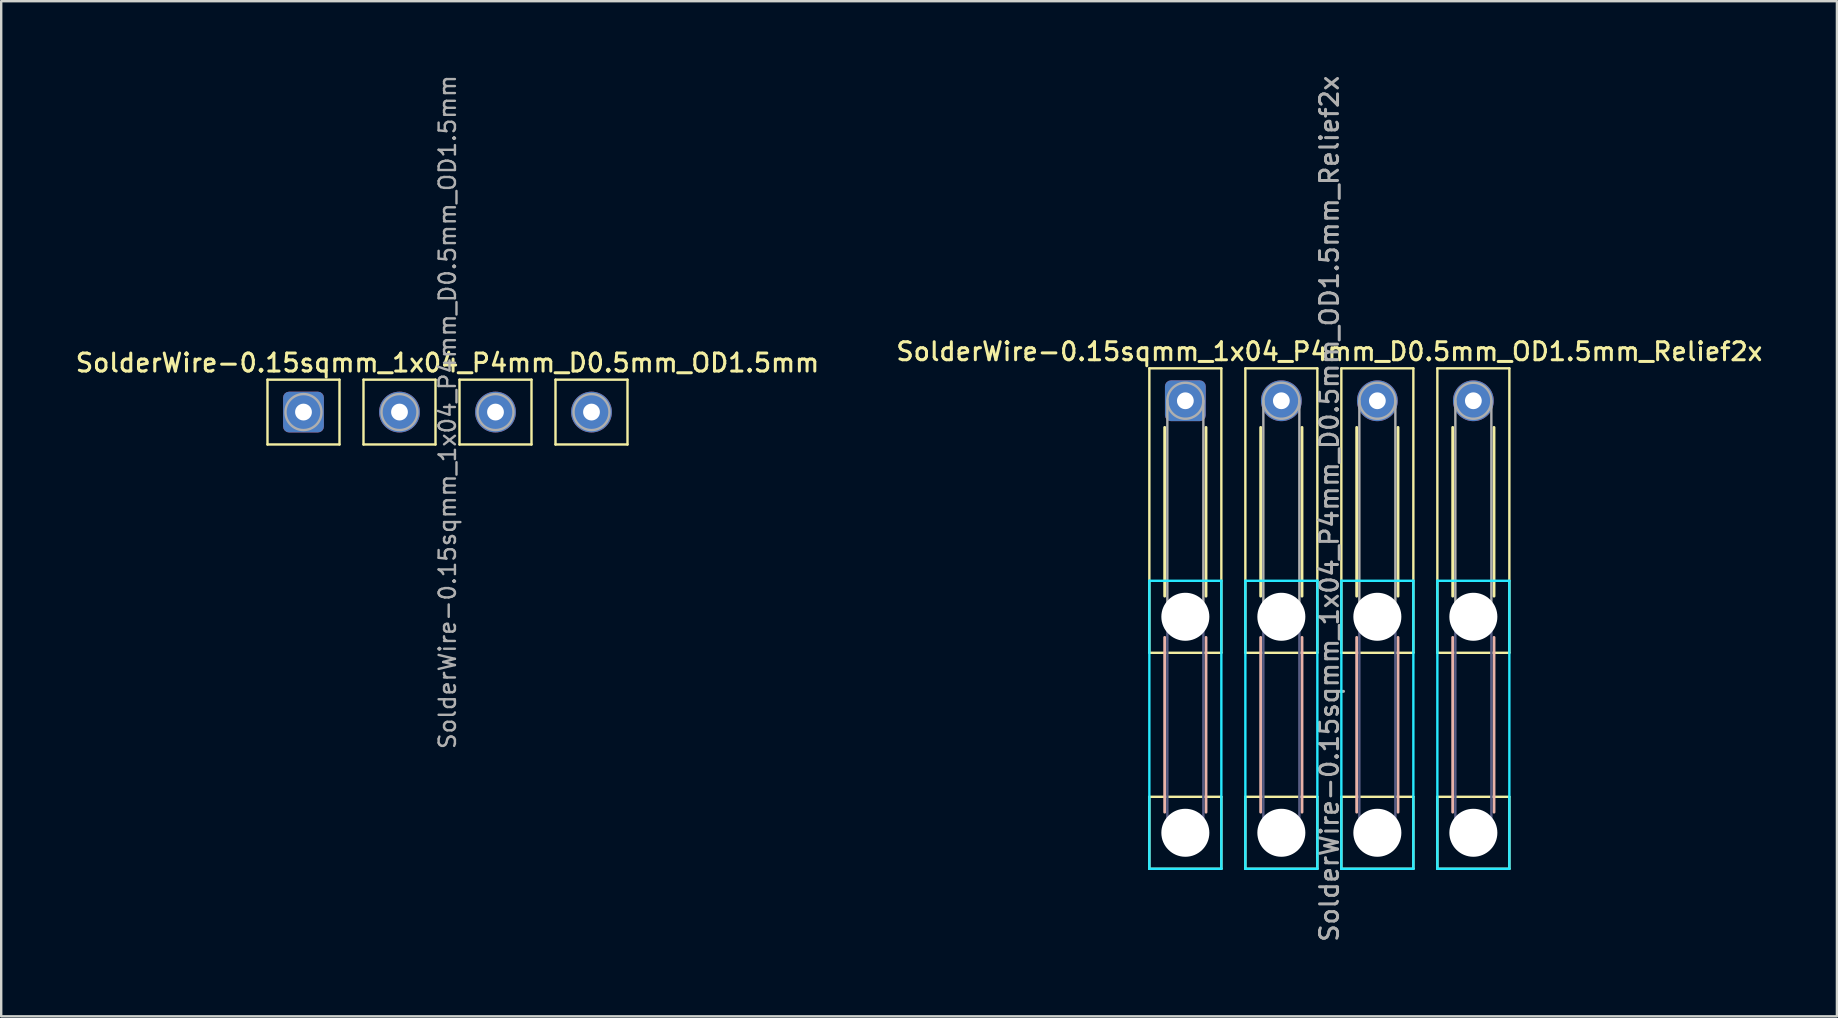
<source format=kicad_pcb>
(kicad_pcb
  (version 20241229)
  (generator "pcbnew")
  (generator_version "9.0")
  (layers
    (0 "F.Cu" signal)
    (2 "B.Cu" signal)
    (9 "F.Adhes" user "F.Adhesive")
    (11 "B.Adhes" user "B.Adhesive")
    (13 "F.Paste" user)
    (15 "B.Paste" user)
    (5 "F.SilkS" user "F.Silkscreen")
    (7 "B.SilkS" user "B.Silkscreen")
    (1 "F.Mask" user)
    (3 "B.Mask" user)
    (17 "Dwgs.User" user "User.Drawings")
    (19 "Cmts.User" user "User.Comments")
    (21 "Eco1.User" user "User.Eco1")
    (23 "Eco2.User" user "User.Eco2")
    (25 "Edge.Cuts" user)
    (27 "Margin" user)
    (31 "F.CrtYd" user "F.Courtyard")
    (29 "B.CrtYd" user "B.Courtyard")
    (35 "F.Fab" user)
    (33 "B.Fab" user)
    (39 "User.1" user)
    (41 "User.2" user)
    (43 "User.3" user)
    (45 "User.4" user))
  (footprint "SolderWire-0.15sqmm_1x04_P4mm_D0.5mm_OD1.5mm_Relief2x"
    (layer "F.Cu")
    (at 46.338 13.648)
    (property "Reference" "SolderWire-0.15sqmm_1x04_P4mm_D0.5mm_OD1.5mm_Relief2x" (at 6 -2.05 0) (layer "F.SilkS") (effects (font (size 0.75 0.75) (thickness 0.125))))
    (attr exclude_from_pos_files exclude_from_bom)
    (fp_line (start -1.5 -1.35) (end -1.5 10.5) (stroke (width 0.1) (type solid)) (layer "F.SilkS"))
    (fp_line (start -1.5 10.5) (end 1.5 10.5) (stroke (width 0.1) (type solid)) (layer "F.SilkS"))
    (fp_line (start -1.5 16.5) (end -1.5 19.5) (stroke (width 0.1) (type solid)) (layer "F.SilkS"))
    (fp_line (start -1.5 19.5) (end 1.5 19.5) (stroke (width 0.1) (type solid)) (layer "F.SilkS"))
    (fp_line (start -0.86 1.11) (end -0.86 8.14) (stroke (width 0.12) (type solid)) (layer "F.SilkS"))
    (fp_line (start 0.86 1.11) (end 0.86 8.14) (stroke (width 0.12) (type solid)) (layer "F.SilkS"))
    (fp_line (start 1.5 -1.35) (end -1.5 -1.35) (stroke (width 0.1) (type solid)) (layer "F.SilkS"))
    (fp_line (start 1.5 10.5) (end 1.5 -1.35) (stroke (width 0.1) (type solid)) (layer "F.SilkS"))
    (fp_line (start 1.5 16.5) (end -1.5 16.5) (stroke (width 0.1) (type solid)) (layer "F.SilkS"))
    (fp_line (start 1.5 19.5) (end 1.5 16.5) (stroke (width 0.1) (type solid)) (layer "F.SilkS"))
    (fp_line (start 2.5 -1.35) (end 2.5 10.5) (stroke (width 0.1) (type solid)) (layer "F.SilkS"))
    (fp_line (start 2.5 10.5) (end 5.5 10.5) (stroke (width 0.1) (type solid)) (layer "F.SilkS"))
    (fp_line (start 2.5 16.5) (end 2.5 19.5) (stroke (width 0.1) (type solid)) (layer "F.SilkS"))
    (fp_line (start 2.5 19.5) (end 5.5 19.5) (stroke (width 0.1) (type solid)) (layer "F.SilkS"))
    (fp_line (start 3.14 1.11) (end 3.14 8.14) (stroke (width 0.12) (type solid)) (layer "F.SilkS"))
    (fp_line (start 4.86 1.11) (end 4.86 8.14) (stroke (width 0.12) (type solid)) (layer "F.SilkS"))
    (fp_line (start 5.5 -1.35) (end 2.5 -1.35) (stroke (width 0.1) (type solid)) (layer "F.SilkS"))
    (fp_line (start 5.5 10.5) (end 5.5 -1.35) (stroke (width 0.1) (type solid)) (layer "F.SilkS"))
    (fp_line (start 5.5 16.5) (end 2.5 16.5) (stroke (width 0.1) (type solid)) (layer "F.SilkS"))
    (fp_line (start 5.5 19.5) (end 5.5 16.5) (stroke (width 0.1) (type solid)) (layer "F.SilkS"))
    (fp_line (start 6.5 -1.35) (end 6.5 10.5) (stroke (width 0.1) (type solid)) (layer "F.SilkS"))
    (fp_line (start 6.5 10.5) (end 9.5 10.5) (stroke (width 0.1) (type solid)) (layer "F.SilkS"))
    (fp_line (start 6.5 16.5) (end 6.5 19.5) (stroke (width 0.1) (type solid)) (layer "F.SilkS"))
    (fp_line (start 6.5 19.5) (end 9.5 19.5) (stroke (width 0.1) (type solid)) (layer "F.SilkS"))
    (fp_line (start 7.14 1.11) (end 7.14 8.14) (stroke (width 0.12) (type solid)) (layer "F.SilkS"))
    (fp_line (start 8.86 1.11) (end 8.86 8.14) (stroke (width 0.12) (type solid)) (layer "F.SilkS"))
    (fp_line (start 9.5 -1.35) (end 6.5 -1.35) (stroke (width 0.1) (type solid)) (layer "F.SilkS"))
    (fp_line (start 9.5 10.5) (end 9.5 -1.35) (stroke (width 0.1) (type solid)) (layer "F.SilkS"))
    (fp_line (start 9.5 16.5) (end 6.5 16.5) (stroke (width 0.1) (type solid)) (layer "F.SilkS"))
    (fp_line (start 9.5 19.5) (end 9.5 16.5) (stroke (width 0.1) (type solid)) (layer "F.SilkS"))
    (fp_line (start 10.5 -1.35) (end 10.5 10.5) (stroke (width 0.1) (type solid)) (layer "F.SilkS"))
    (fp_line (start 10.5 10.5) (end 13.5 10.5) (stroke (width 0.1) (type solid)) (layer "F.SilkS"))
    (fp_line (start 10.5 16.5) (end 10.5 19.5) (stroke (width 0.1) (type solid)) (layer "F.SilkS"))
    (fp_line (start 10.5 19.5) (end 13.5 19.5) (stroke (width 0.1) (type solid)) (layer "F.SilkS"))
    (fp_line (start 11.14 1.11) (end 11.14 8.14) (stroke (width 0.12) (type solid)) (layer "F.SilkS"))
    (fp_line (start 12.86 1.11) (end 12.86 8.14) (stroke (width 0.12) (type solid)) (layer "F.SilkS"))
    (fp_line (start 13.5 -1.35) (end 10.5 -1.35) (stroke (width 0.1) (type solid)) (layer "F.SilkS"))
    (fp_line (start 13.5 10.5) (end 13.5 -1.35) (stroke (width 0.1) (type solid)) (layer "F.SilkS"))
    (fp_line (start 13.5 16.5) (end 10.5 16.5) (stroke (width 0.1) (type solid)) (layer "F.SilkS"))
    (fp_line (start 13.5 19.5) (end 13.5 16.5) (stroke (width 0.1) (type solid)) (layer "F.SilkS"))
    (fp_line (start -0.86 9.86) (end -0.86 17.14) (stroke (width 0.12) (type solid)) (layer "B.SilkS"))
    (fp_line (start 0.86 9.86) (end 0.86 17.14) (stroke (width 0.12) (type solid)) (layer "B.SilkS"))
    (fp_line (start 3.14 9.86) (end 3.14 17.14) (stroke (width 0.12) (type solid)) (layer "B.SilkS"))
    (fp_line (start 4.86 9.86) (end 4.86 17.14) (stroke (width 0.12) (type solid)) (layer "B.SilkS"))
    (fp_line (start 7.14 9.86) (end 7.14 17.14) (stroke (width 0.12) (type solid)) (layer "B.SilkS"))
    (fp_line (start 8.86 9.86) (end 8.86 17.14) (stroke (width 0.12) (type solid)) (layer "B.SilkS"))
    (fp_line (start 11.14 9.86) (end 11.14 17.14) (stroke (width 0.12) (type solid)) (layer "B.SilkS"))
    (fp_line (start 12.86 9.86) (end 12.86 17.14) (stroke (width 0.12) (type solid)) (layer "B.SilkS"))
    (fp_line (start -1.5 7.5) (end -1.5 19.5) (stroke (width 0.1) (type solid)) (layer "B.CrtYd"))
    (fp_line (start -1.5 19.5) (end 1.5 19.5) (stroke (width 0.1) (type solid)) (layer "B.CrtYd"))
    (fp_line (start 1.5 7.5) (end -1.5 7.5) (stroke (width 0.1) (type solid)) (layer "B.CrtYd"))
    (fp_line (start 1.5 19.5) (end 1.5 7.5) (stroke (width 0.1) (type solid)) (layer "B.CrtYd"))
    (fp_line (start 2.5 7.5) (end 2.5 19.5) (stroke (width 0.1) (type solid)) (layer "B.CrtYd"))
    (fp_line (start 2.5 19.5) (end 5.5 19.5) (stroke (width 0.1) (type solid)) (layer "B.CrtYd"))
    (fp_line (start 5.5 7.5) (end 2.5 7.5) (stroke (width 0.1) (type solid)) (layer "B.CrtYd"))
    (fp_line (start 5.5 19.5) (end 5.5 7.5) (stroke (width 0.1) (type solid)) (layer "B.CrtYd"))
    (fp_line (start 6.5 7.5) (end 6.5 19.5) (stroke (width 0.1) (type solid)) (layer "B.CrtYd"))
    (fp_line (start 6.5 19.5) (end 9.5 19.5) (stroke (width 0.1) (type solid)) (layer "B.CrtYd"))
    (fp_line (start 9.5 7.5) (end 6.5 7.5) (stroke (width 0.1) (type solid)) (layer "B.CrtYd"))
    (fp_line (start 9.5 19.5) (end 9.5 7.5) (stroke (width 0.1) (type solid)) (layer "B.CrtYd"))
    (fp_line (start 10.5 7.5) (end 10.5 19.5) (stroke (width 0.1) (type solid)) (layer "B.CrtYd"))
    (fp_line (start 10.5 19.5) (end 13.5 19.5) (stroke (width 0.1) (type solid)) (layer "B.CrtYd"))
    (fp_line (start 13.5 7.5) (end 10.5 7.5) (stroke (width 0.1) (type solid)) (layer "B.CrtYd"))
    (fp_line (start 13.5 19.5) (end 13.5 7.5) (stroke (width 0.1) (type solid)) (layer "B.CrtYd"))
    (fp_line (start -0.75 9) (end -0.75 18) (stroke (width 0.1) (type solid)) (layer "B.Fab"))
    (fp_line (start 0.75 9) (end 0.75 18) (stroke (width 0.1) (type solid)) (layer "B.Fab"))
    (fp_line (start 3.25 9) (end 3.25 18) (stroke (width 0.1) (type solid)) (layer "B.Fab"))
    (fp_line (start 4.75 9) (end 4.75 18) (stroke (width 0.1) (type solid)) (layer "B.Fab"))
    (fp_line (start 7.25 9) (end 7.25 18) (stroke (width 0.1) (type solid)) (layer "B.Fab"))
    (fp_line (start 8.75 9) (end 8.75 18) (stroke (width 0.1) (type solid)) (layer "B.Fab"))
    (fp_line (start 11.25 9) (end 11.25 18) (stroke (width 0.1) (type solid)) (layer "B.Fab"))
    (fp_line (start 12.75 9) (end 12.75 18) (stroke (width 0.1) (type solid)) (layer "B.Fab"))
    (fp_circle (center 0 9) (end 0.75 9) (stroke (width 0.1) (type solid)) (fill no) (layer "B.Fab"))
    (fp_circle (center 0 18) (end 0.75 18) (stroke (width 0.1) (type solid)) (fill no) (layer "B.Fab"))
    (fp_circle (center 4 9) (end 4.75 9) (stroke (width 0.1) (type solid)) (fill no) (layer "B.Fab"))
    (fp_circle (center 4 18) (end 4.75 18) (stroke (width 0.1) (type solid)) (fill no) (layer "B.Fab"))
    (fp_circle (center 8 9) (end 8.75 9) (stroke (width 0.1) (type solid)) (fill no) (layer "B.Fab"))
    (fp_circle (center 8 18) (end 8.75 18) (stroke (width 0.1) (type solid)) (fill no) (layer "B.Fab"))
    (fp_circle (center 12 9) (end 12.75 9) (stroke (width 0.1) (type solid)) (fill no) (layer "B.Fab"))
    (fp_circle (center 12 18) (end 12.75 18) (stroke (width 0.1) (type solid)) (fill no) (layer "B.Fab"))
    (fp_line (start -0.75 0) (end -0.75 9) (stroke (width 0.1) (type solid)) (layer "F.Fab"))
    (fp_line (start 0.75 0) (end 0.75 9) (stroke (width 0.1) (type solid)) (layer "F.Fab"))
    (fp_line (start 3.25 0) (end 3.25 9) (stroke (width 0.1) (type solid)) (layer "F.Fab"))
    (fp_line (start 4.75 0) (end 4.75 9) (stroke (width 0.1) (type solid)) (layer "F.Fab"))
    (fp_line (start 7.25 0) (end 7.25 9) (stroke (width 0.1) (type solid)) (layer "F.Fab"))
    (fp_line (start 8.75 0) (end 8.75 9) (stroke (width 0.1) (type solid)) (layer "F.Fab"))
    (fp_line (start 11.25 0) (end 11.25 9) (stroke (width 0.1) (type solid)) (layer "F.Fab"))
    (fp_line (start 12.75 0) (end 12.75 9) (stroke (width 0.1) (type solid)) (layer "F.Fab"))
    (fp_circle (center 0 0) (end 0.75 0) (stroke (width 0.1) (type solid)) (fill no) (layer "F.Fab"))
    (fp_circle (center 0 9) (end 0.75 9) (stroke (width 0.1) (type solid)) (fill no) (layer "F.Fab"))
    (fp_circle (center 0 18) (end 0.75 18) (stroke (width 0.1) (type solid)) (fill no) (layer "F.Fab"))
    (fp_circle (center 4 0) (end 4.75 0) (stroke (width 0.1) (type solid)) (fill no) (layer "F.Fab"))
    (fp_circle (center 4 9) (end 4.75 9) (stroke (width 0.1) (type solid)) (fill no) (layer "F.Fab"))
    (fp_circle (center 4 18) (end 4.75 18) (stroke (width 0.1) (type solid)) (fill no) (layer "F.Fab"))
    (fp_circle (center 8 0) (end 8.75 0) (stroke (width 0.1) (type solid)) (fill no) (layer "F.Fab"))
    (fp_circle (center 8 9) (end 8.75 9) (stroke (width 0.1) (type solid)) (fill no) (layer "F.Fab"))
    (fp_circle (center 8 18) (end 8.75 18) (stroke (width 0.1) (type solid)) (fill no) (layer "F.Fab"))
    (fp_circle (center 12 0) (end 12.75 0) (stroke (width 0.1) (type solid)) (fill no) (layer "F.Fab"))
    (fp_circle (center 12 9) (end 12.75 9) (stroke (width 0.1) (type solid)) (fill no) (layer "F.Fab"))
    (fp_circle (center 12 18) (end 12.75 18) (stroke (width 0.1) (type solid)) (fill no) (layer "F.Fab"))
    (fp_text user "${REFERENCE}" (at 6 4.5 90) (layer "F.Fab") (effects (font (size 0.75 0.75) (thickness 0.125))))
    (pad "" np_thru_hole circle (at 0 9) (size 2 2) (drill 2) (layers "*.Cu" "*.Mask"))
    (pad "" np_thru_hole circle (at 0 18) (size 2 2) (drill 2) (layers "*.Cu" "*.Mask"))
    (pad "" np_thru_hole circle (at 4 9) (size 2 2) (drill 2) (layers "*.Cu" "*.Mask"))
    (pad "" np_thru_hole circle (at 4 18) (size 2 2) (drill 2) (layers "*.Cu" "*.Mask"))
    (pad "" np_thru_hole circle (at 8 9) (size 2 2) (drill 2) (layers "*.Cu" "*.Mask"))
    (pad "" np_thru_hole circle (at 8 18) (size 2 2) (drill 2) (layers "*.Cu" "*.Mask"))
    (pad "" np_thru_hole circle (at 12 9) (size 2 2) (drill 2) (layers "*.Cu" "*.Mask"))
    (pad "" np_thru_hole circle (at 12 18) (size 2 2) (drill 2) (layers "*.Cu" "*.Mask"))
    (pad "1" thru_hole roundrect (at 0 0) (size 1.7 1.7) (drill 0.7) (layers "*.Cu" "*.Mask") (roundrect_rratio 0.147))
    (pad "2" thru_hole circle (at 4 0) (size 1.7 1.7) (drill 0.7) (layers "*.Cu" "*.Mask"))
    (pad "3" thru_hole circle (at 8 0) (size 1.7 1.7) (drill 0.7) (layers "*.Cu" "*.Mask"))
    (pad "4" thru_hole circle (at 12 0) (size 1.7 1.7) (drill 0.7) (layers "*.Cu" "*.Mask")))
  (footprint "SolderWire-0.15sqmm_1x04_P4mm_D0.5mm_OD1.5mm"
    (layer "F.Cu")
    (at 9.595 14.119)
    (property "Reference" "SolderWire-0.15sqmm_1x04_P4mm_D0.5mm_OD1.5mm" (at 6 -2.05 0) (layer "F.SilkS") (effects (font (size 0.75 0.75) (thickness 0.125))))
    (attr exclude_from_pos_files exclude_from_bom)
    (fp_line (start -1.5 -1.35) (end -1.5 1.35) (stroke (width 0.1) (type solid)) (layer "F.SilkS"))
    (fp_line (start -1.5 1.35) (end 1.5 1.35) (stroke (width 0.1) (type solid)) (layer "F.SilkS"))
    (fp_line (start 1.5 -1.35) (end -1.5 -1.35) (stroke (width 0.1) (type solid)) (layer "F.SilkS"))
    (fp_line (start 1.5 1.35) (end 1.5 -1.35) (stroke (width 0.1) (type solid)) (layer "F.SilkS"))
    (fp_line (start 2.5 -1.35) (end 2.5 1.35) (stroke (width 0.1) (type solid)) (layer "F.SilkS"))
    (fp_line (start 2.5 1.35) (end 5.5 1.35) (stroke (width 0.1) (type solid)) (layer "F.SilkS"))
    (fp_line (start 5.5 -1.35) (end 2.5 -1.35) (stroke (width 0.1) (type solid)) (layer "F.SilkS"))
    (fp_line (start 5.5 1.35) (end 5.5 -1.35) (stroke (width 0.1) (type solid)) (layer "F.SilkS"))
    (fp_line (start 6.5 -1.35) (end 6.5 1.35) (stroke (width 0.1) (type solid)) (layer "F.SilkS"))
    (fp_line (start 6.5 1.35) (end 9.5 1.35) (stroke (width 0.1) (type solid)) (layer "F.SilkS"))
    (fp_line (start 9.5 -1.35) (end 6.5 -1.35) (stroke (width 0.1) (type solid)) (layer "F.SilkS"))
    (fp_line (start 9.5 1.35) (end 9.5 -1.35) (stroke (width 0.1) (type solid)) (layer "F.SilkS"))
    (fp_line (start 10.5 -1.35) (end 10.5 1.35) (stroke (width 0.1) (type solid)) (layer "F.SilkS"))
    (fp_line (start 10.5 1.35) (end 13.5 1.35) (stroke (width 0.1) (type solid)) (layer "F.SilkS"))
    (fp_line (start 13.5 -1.35) (end 10.5 -1.35) (stroke (width 0.1) (type solid)) (layer "F.SilkS"))
    (fp_line (start 13.5 1.35) (end 13.5 -1.35) (stroke (width 0.1) (type solid)) (layer "F.SilkS"))
    (fp_circle (center 0 0) (end 0.75 0) (stroke (width 0.1) (type solid)) (fill no) (layer "F.Fab"))
    (fp_circle (center 4 0) (end 4.75 0) (stroke (width 0.1) (type solid)) (fill no) (layer "F.Fab"))
    (fp_circle (center 8 0) (end 8.75 0) (stroke (width 0.1) (type solid)) (fill no) (layer "F.Fab"))
    (fp_circle (center 12 0) (end 12.75 0) (stroke (width 0.1) (type solid)) (fill no) (layer "F.Fab"))
    (fp_text user "${REFERENCE}" (at 6 0 90) (layer "F.Fab") (effects (font (size 0.68 0.68) (thickness 0.1))))
    (pad "1" thru_hole roundrect (at 0 0) (size 1.7 1.7) (drill 0.7) (layers "*.Cu" "*.Mask") (roundrect_rratio 0.147))
    (pad "2" thru_hole circle (at 4 0) (size 1.7 1.7) (drill 0.7) (layers "*.Cu" "*.Mask"))
    (pad "3" thru_hole circle (at 8 0) (size 1.7 1.7) (drill 0.7) (layers "*.Cu" "*.Mask"))
    (pad "4" thru_hole circle (at 12 0) (size 1.7 1.7) (drill 0.7) (layers "*.Cu" "*.Mask")))
  (gr_rect
    (start -3 -3)
    (end 73.486 39.296)
    (stroke (width 0.1) (type default))
    (fill no)
    (layer "Edge.Cuts")))
</source>
